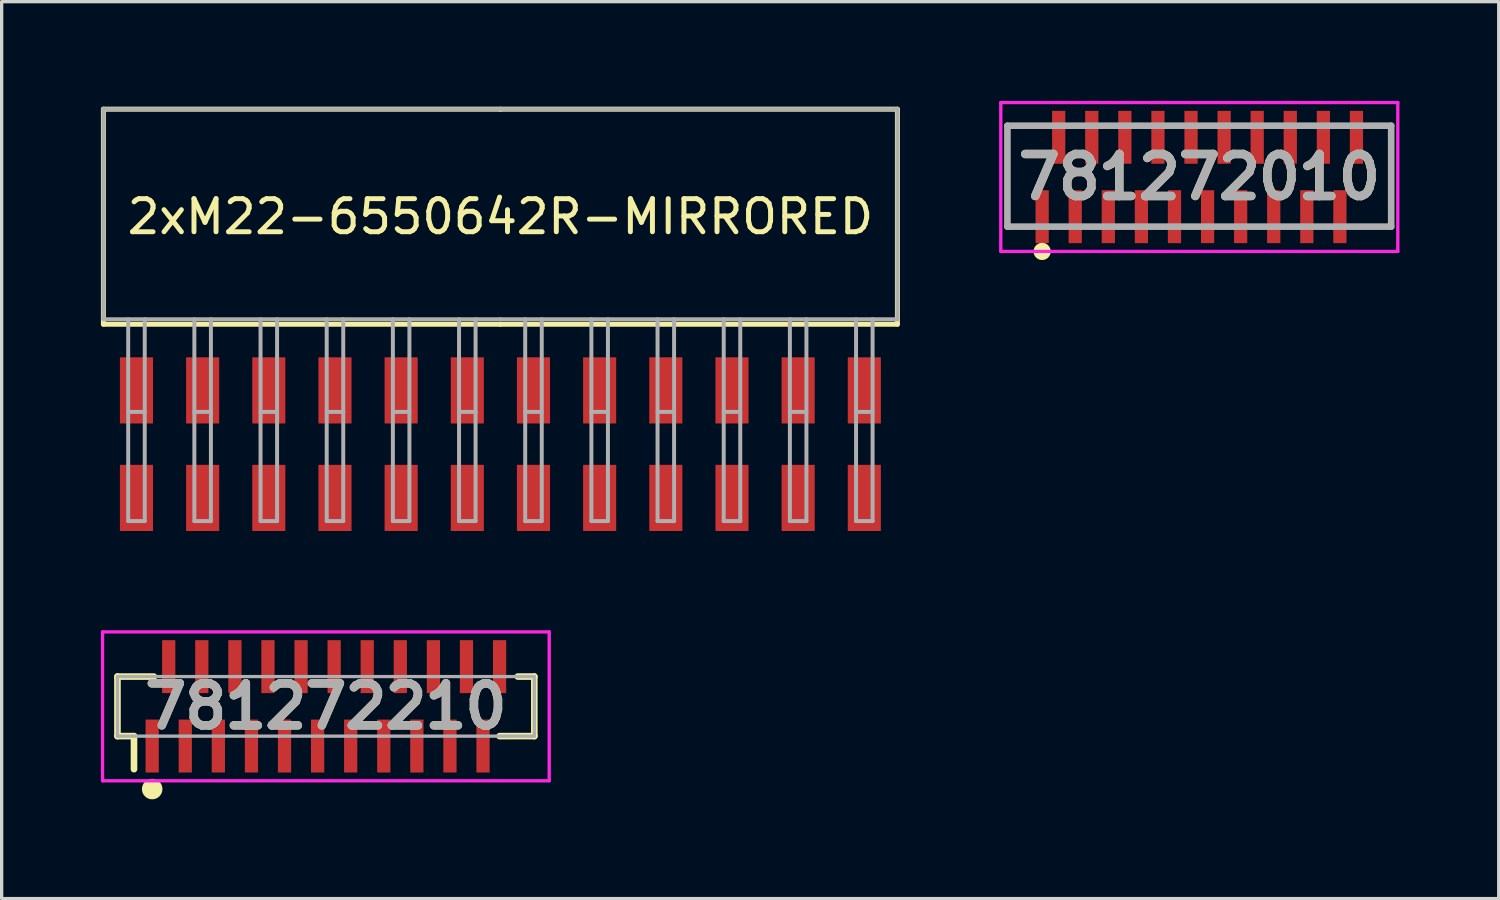
<source format=kicad_pcb>
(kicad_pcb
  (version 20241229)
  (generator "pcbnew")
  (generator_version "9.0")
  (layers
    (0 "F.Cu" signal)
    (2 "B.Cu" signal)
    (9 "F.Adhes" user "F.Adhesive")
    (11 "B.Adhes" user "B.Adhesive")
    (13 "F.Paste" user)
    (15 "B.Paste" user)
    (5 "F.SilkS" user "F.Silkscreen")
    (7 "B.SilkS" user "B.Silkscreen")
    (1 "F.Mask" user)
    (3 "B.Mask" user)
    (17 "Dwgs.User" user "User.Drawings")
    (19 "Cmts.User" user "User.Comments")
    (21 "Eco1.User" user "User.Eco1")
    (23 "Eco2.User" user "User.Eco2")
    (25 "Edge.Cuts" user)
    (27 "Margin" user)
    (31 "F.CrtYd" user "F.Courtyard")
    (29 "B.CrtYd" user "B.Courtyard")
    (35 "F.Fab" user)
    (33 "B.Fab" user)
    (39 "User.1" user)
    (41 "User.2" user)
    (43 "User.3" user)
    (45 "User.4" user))
  (footprint "781272210"
    (layer "F.Cu")
    (at 6.8 18.3)
    (property "Reference" "781272210" (at 0 0 0) (layer "F.SilkS") (effects (font (size 1.27 1.27) (thickness 0.254))))
    (attr smd)
    (fp_line (start -6.3 -0.9) (end -6.3 0.9) (stroke (width 0.2) (type solid)) (layer "F.SilkS"))
    (fp_line (start -6.3 0.9) (end -5.8 0.9) (stroke (width 0.2) (type solid)) (layer "F.SilkS"))
    (fp_line (start -5.8 0.9) (end -5.8 1.9) (stroke (width 0.2) (type solid)) (layer "F.SilkS"))
    (fp_line (start -5.2 -0.9) (end -6.3 -0.9) (stroke (width 0.2) (type solid)) (layer "F.SilkS"))
    (fp_line (start 5.25 0.9) (end 6.3 0.9) (stroke (width 0.2) (type solid)) (layer "F.SilkS"))
    (fp_line (start 6.3 -0.9) (end 5.8 -0.9) (stroke (width 0.2) (type solid)) (layer "F.SilkS"))
    (fp_line (start 6.3 0.9) (end 6.3 -0.9) (stroke (width 0.2) (type solid)) (layer "F.SilkS"))
    (fp_circle (center -5.25 2.5) (end -5 2.5) (stroke (width 0.12) (type solid)) (fill yes) (layer "F.SilkS"))
    (fp_line (start -6.75 -2.25) (end 6.75 -2.25) (stroke (width 0.1) (type solid)) (layer "F.CrtYd"))
    (fp_line (start -6.75 2.25) (end -6.75 -2.25) (stroke (width 0.1) (type solid)) (layer "F.CrtYd"))
    (fp_line (start 6.75 -2.25) (end 6.75 2.25) (stroke (width 0.1) (type solid)) (layer "F.CrtYd"))
    (fp_line (start 6.75 2.25) (end -6.75 2.25) (stroke (width 0.1) (type solid)) (layer "F.CrtYd"))
    (fp_line (start -6.3 -0.9) (end -6.3 0.9) (stroke (width 0.1) (type solid)) (layer "F.Fab"))
    (fp_line (start -6.3 0.9) (end 6.3 0.9) (stroke (width 0.1) (type solid)) (layer "F.Fab"))
    (fp_line (start 6.3 -0.9) (end -6.3 -0.9) (stroke (width 0.1) (type solid)) (layer "F.Fab"))
    (fp_line (start 6.3 0.9) (end 6.3 -0.9) (stroke (width 0.1) (type solid)) (layer "F.Fab"))
    (fp_text user "${REFERENCE}" (at 0 0 0) (layer "F.Fab") (effects (font (size 1.27 1.27) (thickness 0.254))))
    (pad "1" smd rect (at -5.25 1.2) (size 0.4 1.6) (layers "F.Cu" "F.Mask" "F.Paste"))
    (pad "2" smd rect (at -4.75 -1.2) (size 0.4 1.6) (layers "F.Cu" "F.Mask" "F.Paste"))
    (pad "3" smd rect (at -4.25 1.2) (size 0.4 1.6) (layers "F.Cu" "F.Mask" "F.Paste"))
    (pad "4" smd rect (at -3.75 -1.2) (size 0.4 1.6) (layers "F.Cu" "F.Mask" "F.Paste"))
    (pad "5" smd rect (at -3.25 1.2) (size 0.4 1.6) (layers "F.Cu" "F.Mask" "F.Paste"))
    (pad "6" smd rect (at -2.75 -1.2) (size 0.4 1.6) (layers "F.Cu" "F.Mask" "F.Paste"))
    (pad "7" smd rect (at -2.25 1.2) (size 0.4 1.6) (layers "F.Cu" "F.Mask" "F.Paste"))
    (pad "8" smd rect (at -1.75 -1.2) (size 0.4 1.6) (layers "F.Cu" "F.Mask" "F.Paste"))
    (pad "9" smd rect (at -1.25 1.2) (size 0.4 1.6) (layers "F.Cu" "F.Mask" "F.Paste"))
    (pad "10" smd rect (at -0.75 -1.2) (size 0.4 1.6) (layers "F.Cu" "F.Mask" "F.Paste"))
    (pad "11" smd rect (at -0.25 1.2) (size 0.4 1.6) (layers "F.Cu" "F.Mask" "F.Paste"))
    (pad "12" smd rect (at 0.25 -1.2) (size 0.4 1.6) (layers "F.Cu" "F.Mask" "F.Paste"))
    (pad "13" smd rect (at 0.75 1.2) (size 0.4 1.6) (layers "F.Cu" "F.Mask" "F.Paste"))
    (pad "14" smd rect (at 1.25 -1.2) (size 0.4 1.6) (layers "F.Cu" "F.Mask" "F.Paste"))
    (pad "15" smd rect (at 1.75 1.2) (size 0.4 1.6) (layers "F.Cu" "F.Mask" "F.Paste"))
    (pad "16" smd rect (at 2.25 -1.2) (size 0.4 1.6) (layers "F.Cu" "F.Mask" "F.Paste"))
    (pad "17" smd rect (at 2.75 1.2) (size 0.4 1.6) (layers "F.Cu" "F.Mask" "F.Paste"))
    (pad "18" smd rect (at 3.25 -1.2) (size 0.4 1.6) (layers "F.Cu" "F.Mask" "F.Paste"))
    (pad "19" smd rect (at 3.75 1.2) (size 0.4 1.6) (layers "F.Cu" "F.Mask" "F.Paste"))
    (pad "20" smd rect (at 4.25 -1.2) (size 0.4 1.6) (layers "F.Cu" "F.Mask" "F.Paste"))
    (pad "21" smd rect (at 4.75 1.2) (size 0.4 1.6) (layers "F.Cu" "F.Mask" "F.Paste"))
    (pad "22" smd rect (at 5.25 -1.2) (size 0.4 1.6) (layers "F.Cu" "F.Mask" "F.Paste")))
  (footprint "781272010"
    (layer "F.Cu")
    (at 33.2 2.3)
    (property "Reference" "781272010" (at 0 0 0) (layer "F.SilkS") (effects (font (size 1.27 1.27) (thickness 0.254))))
    (attr smd)
    (fp_line (start -5.8 -1.55) (end -5.8 1.5) (stroke (width 0.1) (type solid)) (layer "F.SilkS"))
    (fp_line (start -5.8 1.5) (end -5.5 1.5) (stroke (width 0.1) (type solid)) (layer "F.SilkS"))
    (fp_line (start -5 -1.55) (end -5.8 -1.55) (stroke (width 0.1) (type solid)) (layer "F.SilkS"))
    (fp_line (start 5.5 -1.55) (end 5.8 -1.55) (stroke (width 0.1) (type solid)) (layer "F.SilkS"))
    (fp_line (start 5.8 -1.55) (end 5.8 1.5) (stroke (width 0.1) (type solid)) (layer "F.SilkS"))
    (fp_line (start 5.8 1.5) (end 4.75 1.5) (stroke (width 0.1) (type solid)) (layer "F.SilkS"))
    (fp_circle (center -4.75 2.25) (end -4.55 2.25) (stroke (width 0.12) (type solid)) (fill yes) (layer "F.SilkS"))
    (fp_line (start -6 -2.25) (end 6 -2.25) (stroke (width 0.1) (type solid)) (layer "F.CrtYd"))
    (fp_line (start -6 2.25) (end -6 -2.25) (stroke (width 0.1) (type solid)) (layer "F.CrtYd"))
    (fp_line (start 6 -2.25) (end 6 2.25) (stroke (width 0.1) (type solid)) (layer "F.CrtYd"))
    (fp_line (start 6 2.25) (end -6 2.25) (stroke (width 0.1) (type solid)) (layer "F.CrtYd"))
    (fp_line (start -5.8 -1.55) (end 5.8 -1.55) (stroke (width 0.2) (type solid)) (layer "F.Fab"))
    (fp_line (start -5.8 1.5) (end -5.8 -1.55) (stroke (width 0.2) (type solid)) (layer "F.Fab"))
    (fp_line (start 5.8 -1.55) (end 5.8 1.5) (stroke (width 0.2) (type solid)) (layer "F.Fab"))
    (fp_line (start 5.8 1.5) (end -5.8 1.5) (stroke (width 0.2) (type solid)) (layer "F.Fab"))
    (fp_text user "${REFERENCE}" (at 0 0 0) (layer "F.Fab") (effects (font (size 1.27 1.27) (thickness 0.254))))
    (pad "1" smd rect (at -4.75 1.2) (size 0.4 1.6) (layers "F.Cu" "F.Mask" "F.Paste"))
    (pad "2" smd rect (at -4.25 -1.2) (size 0.4 1.6) (layers "F.Cu" "F.Mask" "F.Paste"))
    (pad "3" smd rect (at -3.75 1.2) (size 0.4 1.6) (layers "F.Cu" "F.Mask" "F.Paste"))
    (pad "4" smd rect (at -3.25 -1.2) (size 0.4 1.6) (layers "F.Cu" "F.Mask" "F.Paste"))
    (pad "5" smd rect (at -2.75 1.2) (size 0.4 1.6) (layers "F.Cu" "F.Mask" "F.Paste"))
    (pad "6" smd rect (at -2.25 -1.2) (size 0.4 1.6) (layers "F.Cu" "F.Mask" "F.Paste"))
    (pad "7" smd rect (at -1.75 1.2) (size 0.4 1.6) (layers "F.Cu" "F.Mask" "F.Paste"))
    (pad "8" smd rect (at -1.25 -1.2) (size 0.4 1.6) (layers "F.Cu" "F.Mask" "F.Paste"))
    (pad "9" smd rect (at -0.75 1.2) (size 0.4 1.6) (layers "F.Cu" "F.Mask" "F.Paste"))
    (pad "10" smd rect (at -0.25 -1.2) (size 0.4 1.6) (layers "F.Cu" "F.Mask" "F.Paste"))
    (pad "11" smd rect (at 0.25 1.2) (size 0.4 1.6) (layers "F.Cu" "F.Mask" "F.Paste"))
    (pad "12" smd rect (at 0.75 -1.2) (size 0.4 1.6) (layers "F.Cu" "F.Mask" "F.Paste"))
    (pad "13" smd rect (at 1.25 1.2) (size 0.4 1.6) (layers "F.Cu" "F.Mask" "F.Paste"))
    (pad "14" smd rect (at 1.75 -1.2) (size 0.4 1.6) (layers "F.Cu" "F.Mask" "F.Paste"))
    (pad "15" smd rect (at 2.25 1.2) (size 0.4 1.6) (layers "F.Cu" "F.Mask" "F.Paste"))
    (pad "16" smd rect (at 2.75 -1.2) (size 0.4 1.6) (layers "F.Cu" "F.Mask" "F.Paste"))
    (pad "17" smd rect (at 3.25 1.2) (size 0.4 1.6) (layers "F.Cu" "F.Mask" "F.Paste"))
    (pad "18" smd rect (at 3.75 -1.2) (size 0.4 1.6) (layers "F.Cu" "F.Mask" "F.Paste"))
    (pad "19" smd rect (at 4.25 1.2) (size 0.4 1.6) (layers "F.Cu" "F.Mask" "F.Paste"))
    (pad "20" smd rect (at 4.75 -1.2) (size 0.4 1.6) (layers "F.Cu" "F.Mask" "F.Paste")))
  (footprint "2xM22-6550642R-MIRRORED"
    (layer "F.Cu")
    (at 12.075 0.25)
    (property "Reference" "2xM22-6550642R-MIRRORED" (at 0 3.25 0) (layer "F.SilkS") (effects (font (size 1 1) (thickness 0.15))))
    (attr smd)
    (fp_line (start -12 0) (end -12 6.5) (stroke (width 0.15) (type solid)) (layer "F.SilkS"))
    (fp_line (start -12 6.5) (end 0 6.5) (stroke (width 0.15) (type solid)) (layer "F.SilkS"))
    (fp_line (start 0 0) (end -12 0) (stroke (width 0.15) (type solid)) (layer "F.SilkS"))
    (fp_line (start 0 6.5) (end 12 6.5) (stroke (width 0.15) (type solid)) (layer "F.SilkS"))
    (fp_line (start 12 0) (end 0 0) (stroke (width 0.15) (type solid)) (layer "F.SilkS"))
    (fp_line (start 12 6.5) (end 12 0) (stroke (width 0.15) (type solid)) (layer "F.SilkS"))
    (fp_line (start -12 0) (end -12 6.35) (stroke (width 0.12) (type solid)) (layer "F.Fab"))
    (fp_line (start -12 0) (end 0 0) (stroke (width 0.12) (type solid)) (layer "F.Fab"))
    (fp_line (start -12 6.35) (end 0 6.35) (stroke (width 0.12) (type solid)) (layer "F.Fab"))
    (fp_line (start -11.25 6.35) (end -11.25 12.45) (stroke (width 0.12) (type solid)) (layer "F.Fab"))
    (fp_line (start -11.25 9.15) (end -10.75 9.15) (stroke (width 0.12) (type solid)) (layer "F.Fab"))
    (fp_line (start -11.25 12.45) (end -10.75 12.45) (stroke (width 0.12) (type solid)) (layer "F.Fab"))
    (fp_line (start -10.75 12.45) (end -10.75 6.35) (stroke (width 0.12) (type solid)) (layer "F.Fab"))
    (fp_line (start -9.25 6.35) (end -9.25 12.45) (stroke (width 0.12) (type solid)) (layer "F.Fab"))
    (fp_line (start -9.25 9.15) (end -8.75 9.15) (stroke (width 0.12) (type solid)) (layer "F.Fab"))
    (fp_line (start -9.25 12.45) (end -8.75 12.45) (stroke (width 0.12) (type solid)) (layer "F.Fab"))
    (fp_line (start -8.75 12.45) (end -8.75 6.35) (stroke (width 0.12) (type solid)) (layer "F.Fab"))
    (fp_line (start -7.25 6.35) (end -7.25 12.45) (stroke (width 0.12) (type solid)) (layer "F.Fab"))
    (fp_line (start -7.25 9.15) (end -6.75 9.15) (stroke (width 0.12) (type solid)) (layer "F.Fab"))
    (fp_line (start -7.25 12.45) (end -6.75 12.45) (stroke (width 0.12) (type solid)) (layer "F.Fab"))
    (fp_line (start -6.75 12.45) (end -6.75 6.35) (stroke (width 0.12) (type solid)) (layer "F.Fab"))
    (fp_line (start -5.25 6.35) (end -5.25 12.45) (stroke (width 0.12) (type solid)) (layer "F.Fab"))
    (fp_line (start -5.25 9.15) (end -4.75 9.15) (stroke (width 0.12) (type solid)) (layer "F.Fab"))
    (fp_line (start -5.25 12.45) (end -4.75 12.45) (stroke (width 0.12) (type solid)) (layer "F.Fab"))
    (fp_line (start -4.75 12.45) (end -4.75 6.35) (stroke (width 0.12) (type solid)) (layer "F.Fab"))
    (fp_line (start -3.25 6.35) (end -3.25 12.45) (stroke (width 0.12) (type solid)) (layer "F.Fab"))
    (fp_line (start -3.25 9.15) (end -2.75 9.15) (stroke (width 0.12) (type solid)) (layer "F.Fab"))
    (fp_line (start -3.25 12.45) (end -2.75 12.45) (stroke (width 0.12) (type solid)) (layer "F.Fab"))
    (fp_line (start -2.75 12.45) (end -2.75 6.35) (stroke (width 0.12) (type solid)) (layer "F.Fab"))
    (fp_line (start -1.25 6.35) (end -1.25 12.45) (stroke (width 0.12) (type solid)) (layer "F.Fab"))
    (fp_line (start -1.25 9.15) (end -0.75 9.15) (stroke (width 0.12) (type solid)) (layer "F.Fab"))
    (fp_line (start -1.25 12.45) (end -0.75 12.45) (stroke (width 0.12) (type solid)) (layer "F.Fab"))
    (fp_line (start -0.75 12.45) (end -0.75 6.35) (stroke (width 0.12) (type solid)) (layer "F.Fab"))
    (fp_line (start 0 0) (end 12 0) (stroke (width 0.12) (type solid)) (layer "F.Fab"))
    (fp_line (start 0 6.35) (end 12 6.35) (stroke (width 0.12) (type solid)) (layer "F.Fab"))
    (fp_line (start 0.75 6.35) (end 0.75 12.45) (stroke (width 0.12) (type solid)) (layer "F.Fab"))
    (fp_line (start 0.75 9.15) (end 1.25 9.15) (stroke (width 0.12) (type solid)) (layer "F.Fab"))
    (fp_line (start 0.75 12.45) (end 1.25 12.45) (stroke (width 0.12) (type solid)) (layer "F.Fab"))
    (fp_line (start 1.25 12.45) (end 1.25 6.35) (stroke (width 0.12) (type solid)) (layer "F.Fab"))
    (fp_line (start 2.75 6.35) (end 2.75 12.45) (stroke (width 0.12) (type solid)) (layer "F.Fab"))
    (fp_line (start 2.75 9.15) (end 3.25 9.15) (stroke (width 0.12) (type solid)) (layer "F.Fab"))
    (fp_line (start 2.75 12.45) (end 3.25 12.45) (stroke (width 0.12) (type solid)) (layer "F.Fab"))
    (fp_line (start 3.25 12.45) (end 3.25 6.35) (stroke (width 0.12) (type solid)) (layer "F.Fab"))
    (fp_line (start 4.75 6.35) (end 4.75 12.45) (stroke (width 0.12) (type solid)) (layer "F.Fab"))
    (fp_line (start 4.75 9.15) (end 5.25 9.15) (stroke (width 0.12) (type solid)) (layer "F.Fab"))
    (fp_line (start 4.75 12.45) (end 5.25 12.45) (stroke (width 0.12) (type solid)) (layer "F.Fab"))
    (fp_line (start 5.25 12.45) (end 5.25 6.35) (stroke (width 0.12) (type solid)) (layer "F.Fab"))
    (fp_line (start 6.75 6.35) (end 6.75 12.45) (stroke (width 0.12) (type solid)) (layer "F.Fab"))
    (fp_line (start 6.75 9.15) (end 7.25 9.15) (stroke (width 0.12) (type solid)) (layer "F.Fab"))
    (fp_line (start 6.75 12.45) (end 7.25 12.45) (stroke (width 0.12) (type solid)) (layer "F.Fab"))
    (fp_line (start 7.25 12.45) (end 7.25 6.35) (stroke (width 0.12) (type solid)) (layer "F.Fab"))
    (fp_line (start 8.75 6.35) (end 8.75 12.45) (stroke (width 0.12) (type solid)) (layer "F.Fab"))
    (fp_line (start 8.75 9.15) (end 9.25 9.15) (stroke (width 0.12) (type solid)) (layer "F.Fab"))
    (fp_line (start 8.75 12.45) (end 9.25 12.45) (stroke (width 0.12) (type solid)) (layer "F.Fab"))
    (fp_line (start 9.25 12.45) (end 9.25 6.35) (stroke (width 0.12) (type solid)) (layer "F.Fab"))
    (fp_line (start 10.75 6.35) (end 10.75 12.45) (stroke (width 0.12) (type solid)) (layer "F.Fab"))
    (fp_line (start 10.75 9.15) (end 11.25 9.15) (stroke (width 0.12) (type solid)) (layer "F.Fab"))
    (fp_line (start 10.75 12.45) (end 11.25 12.45) (stroke (width 0.12) (type solid)) (layer "F.Fab"))
    (fp_line (start 11.25 12.45) (end 11.25 6.35) (stroke (width 0.12) (type solid)) (layer "F.Fab"))
    (fp_line (start 12 0) (end 12 6.35) (stroke (width 0.12) (type solid)) (layer "F.Fab"))
    (pad "1" smd rect (at 11 11.75 180) (size 1 2) (layers "F.Cu" "F.Mask" "F.Paste"))
    (pad "2" smd rect (at 11 8.5 180) (size 1 2) (layers "F.Cu" "F.Mask" "F.Paste"))
    (pad "3" smd rect (at 9 11.75 180) (size 1 2) (layers "F.Cu" "F.Mask" "F.Paste"))
    (pad "4" smd rect (at 9 8.5 180) (size 1 2) (layers "F.Cu" "F.Mask" "F.Paste"))
    (pad "5" smd rect (at 7 11.75 180) (size 1 2) (layers "F.Cu" "F.Mask" "F.Paste"))
    (pad "6" smd rect (at 7 8.5 180) (size 1 2) (layers "F.Cu" "F.Mask" "F.Paste"))
    (pad "7" smd rect (at 5 11.75 180) (size 1 2) (layers "F.Cu" "F.Mask" "F.Paste"))
    (pad "8" smd rect (at 5 8.5 180) (size 1 2) (layers "F.Cu" "F.Mask" "F.Paste"))
    (pad "9" smd rect (at 3 11.75 180) (size 1 2) (layers "F.Cu" "F.Mask" "F.Paste"))
    (pad "10" smd rect (at 3 8.5 180) (size 1 2) (layers "F.Cu" "F.Mask" "F.Paste"))
    (pad "11" smd rect (at 1 11.75 180) (size 1 2) (layers "F.Cu" "F.Mask" "F.Paste"))
    (pad "12" smd rect (at 1 8.5 180) (size 1 2) (layers "F.Cu" "F.Mask" "F.Paste"))
    (pad "13" smd rect (at -1 11.75 180) (size 1 2) (layers "F.Cu" "F.Mask" "F.Paste"))
    (pad "14" smd rect (at -1 8.5 180) (size 1 2) (layers "F.Cu" "F.Mask" "F.Paste"))
    (pad "15" smd rect (at -3 11.75 180) (size 1 2) (layers "F.Cu" "F.Mask" "F.Paste"))
    (pad "16" smd rect (at -3 8.5 180) (size 1 2) (layers "F.Cu" "F.Mask" "F.Paste"))
    (pad "17" smd rect (at -5 11.75 180) (size 1 2) (layers "F.Cu" "F.Mask" "F.Paste"))
    (pad "18" smd rect (at -5 8.5 180) (size 1 2) (layers "F.Cu" "F.Mask" "F.Paste"))
    (pad "19" smd rect (at -7 11.75 180) (size 1 2) (layers "F.Cu" "F.Mask" "F.Paste"))
    (pad "20" smd rect (at -7 8.5 180) (size 1 2) (layers "F.Cu" "F.Mask" "F.Paste"))
    (pad "21" smd rect (at -9 11.75 180) (size 1 2) (layers "F.Cu" "F.Mask" "F.Paste"))
    (pad "22" smd rect (at -9 8.5 180) (size 1 2) (layers "F.Cu" "F.Mask" "F.Paste"))
    (pad "23" smd rect (at -11 8.5 180) (size 1 2) (layers "F.Cu" "F.Mask" "F.Paste"))
    (pad "24" smd rect (at -11 11.75 180) (size 1 2) (layers "F.Cu" "F.Mask" "F.Paste")))
  (gr_rect
    (start -3 -3)
    (end 42.25 24.11)
    (stroke (width 0.1) (type default))
    (fill no)
    (layer "Edge.Cuts")))
</source>
